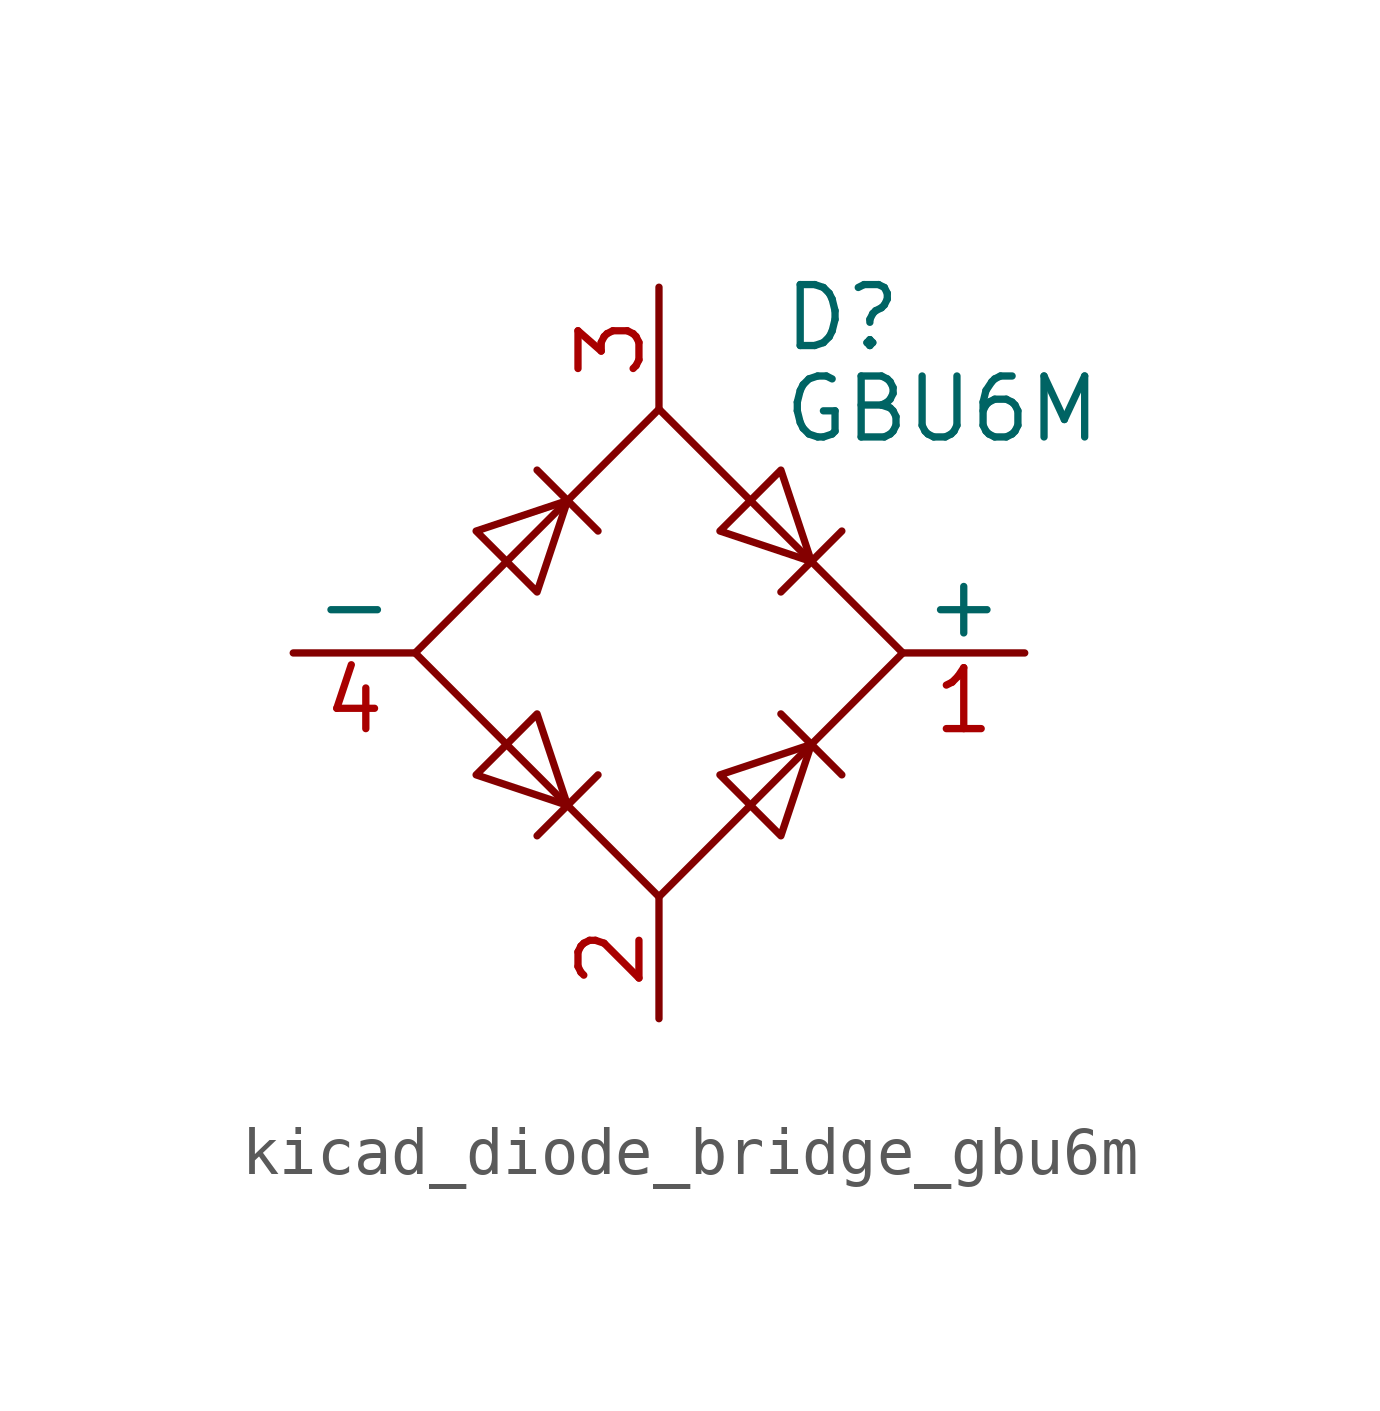
<source format=kicad_sym>
(kicad_symbol_lib
  (version 20220914)
  (generator kicad_symbol_editor)
  (symbol "kicad_diode_bridge_gbu6m"
    (pin_names
      (offset 0))
    (property "Reference" "D"
      (at 2.54 6.985 0)
      (effects (font (size 1.27 1.27)) (justify left)))
    (property "Value" "GBU6M"
      (at 2.54 5.08 0)
      (effects (font (size 1.27 1.27)) (justify left)))
    (symbol "kicad_diode_bridge_gbu6m_0_1"
      (polyline (pts (xy -2.54 3.81) (xy -1.27 2.54)) (stroke (width 0) (type default)) (fill (type none)))
      (polyline (pts (xy -1.27 -2.54) (xy -2.54 -3.81)) (stroke (width 0) (type default)) (fill (type none)))
      (polyline (pts (xy 2.54 -1.27) (xy 3.81 -2.54)) (stroke (width 0) (type default)) (fill (type none)))
      (polyline (pts (xy 2.54 1.27) (xy 3.81 2.54)) (stroke (width 0) (type default)) (fill (type none)))
      (polyline (pts (xy -3.81 2.54) (xy -2.54 1.27) (xy -1.905 3.175) (xy -3.81 2.54)) (stroke (width 0) (type default)) (fill (type none)))
      (polyline (pts (xy -2.54 -1.27) (xy -3.81 -2.54) (xy -1.905 -3.175) (xy -2.54 -1.27)) (stroke (width 0) (type default)) (fill (type none)))
      (polyline (pts (xy 1.27 2.54) (xy 2.54 3.81) (xy 3.175 1.905) (xy 1.27 2.54)) (stroke (width 0) (type default)) (fill (type none)))
      (polyline (pts (xy 3.175 -1.905) (xy 1.27 -2.54) (xy 2.54 -3.81) (xy 3.175 -1.905)) (stroke (width 0) (type default)) (fill (type none)))
      (polyline (pts (xy -5.08 0) (xy 0 -5.08) (xy 5.08 0) (xy 0 5.08) (xy -5.08 0)) (stroke (width 0) (type default)) (fill (type none))))
    (symbol "kicad_diode_bridge_gbu6m_1_1"
      (pin passive line (at 7.62 0 180) (length 2.54) (name "+" (effects (font (size 1.27 1.27)))) (number "1" (effects (font (size 1.27 1.27)))))
      (pin passive line (at 0 -7.62 90) (length 2.54) (name "~" (effects (font (size 1.27 1.27)))) (number "2" (effects (font (size 1.27 1.27)))))
      (pin passive line (at 0 7.62 270) (length 2.54) (name "~" (effects (font (size 1.27 1.27)))) (number "3" (effects (font (size 1.27 1.27)))))
      (pin passive line (at -7.62 0 0) (length 2.54) (name "-" (effects (font (size 1.27 1.27)))) (number "4" (effects (font (size 1.27 1.27))))))))
</source>
